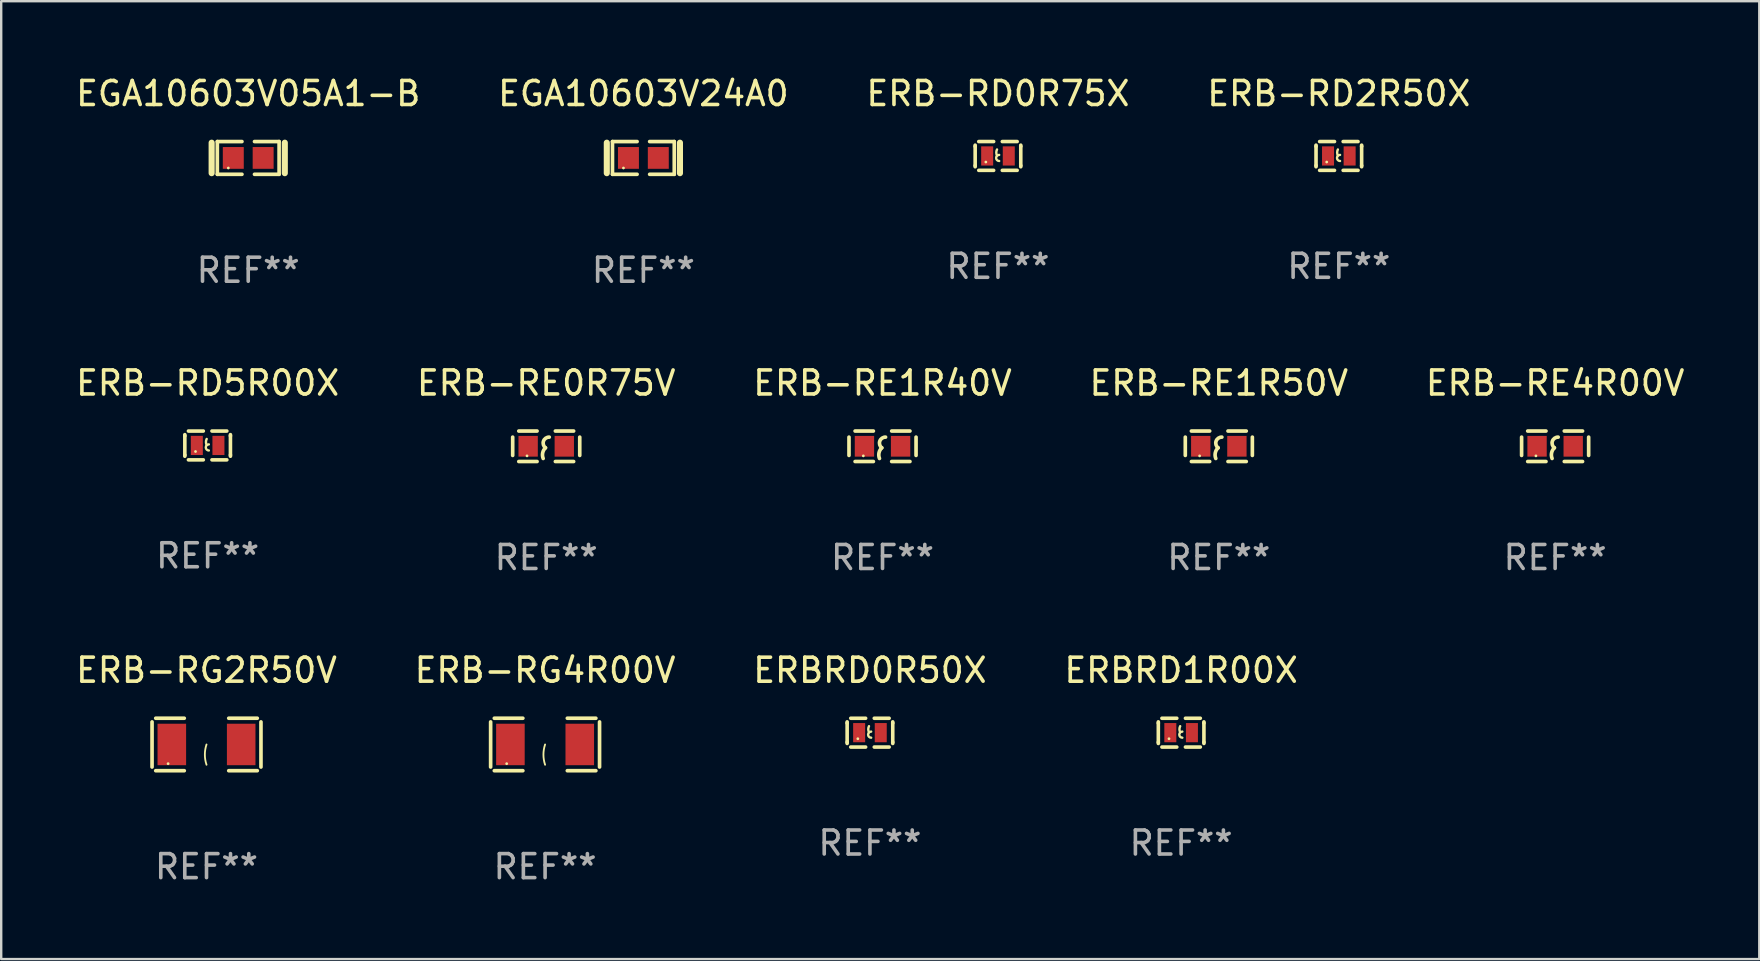
<source format=kicad_pcb>
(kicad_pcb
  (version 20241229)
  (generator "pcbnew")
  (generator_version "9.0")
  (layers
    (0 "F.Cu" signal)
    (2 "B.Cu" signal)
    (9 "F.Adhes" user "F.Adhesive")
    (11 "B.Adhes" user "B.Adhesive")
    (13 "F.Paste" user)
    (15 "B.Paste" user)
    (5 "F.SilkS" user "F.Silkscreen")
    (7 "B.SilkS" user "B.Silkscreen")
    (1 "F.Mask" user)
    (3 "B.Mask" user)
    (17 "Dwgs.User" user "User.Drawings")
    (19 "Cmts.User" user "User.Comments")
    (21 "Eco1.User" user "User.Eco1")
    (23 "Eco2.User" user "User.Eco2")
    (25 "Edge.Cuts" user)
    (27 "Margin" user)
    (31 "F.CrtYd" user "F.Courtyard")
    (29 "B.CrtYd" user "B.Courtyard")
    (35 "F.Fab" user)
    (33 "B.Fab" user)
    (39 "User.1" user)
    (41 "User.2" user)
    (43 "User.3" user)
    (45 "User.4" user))
  (footprint "ERB-RE4R00V"
    (layer "F.Cu")
    (at 61.744 15.544)
    (property "Reference" "ERB-RE4R00V" (at 0 -2.635 0) (layer "F.SilkS") (effects (font (size 1 1) (thickness 0.15))))
    (attr through_hole)
    (fp_line (start -1.397 -0.381) (end -1.397 0.381) (stroke (width 0.152) (type solid)) (layer "F.SilkS"))
    (fp_line (start -0.381 -0.635) (end -1.143 -0.635) (stroke (width 0.152) (type solid)) (layer "F.SilkS"))
    (fp_line (start -0.381 0.635) (end -1.143 0.635) (stroke (width 0.152) (type solid)) (layer "F.SilkS"))
    (fp_line (start 0.381 -0.635) (end 1.143 -0.635) (stroke (width 0.152) (type solid)) (layer "F.SilkS"))
    (fp_line (start 0.381 0.635) (end 1.143 0.635) (stroke (width 0.152) (type solid)) (layer "F.SilkS"))
    (fp_line (start 1.397 -0.381) (end 1.397 0.381) (stroke (width 0.152) (type solid)) (layer "F.SilkS"))
    (fp_arc (start -0.127 0.508001) (mid -0.146523 0.271131) (end -0.030861 0.0635) (stroke (width 0.151994) (type solid)) (layer "F.SilkS"))
    (fp_arc (start -0.03175 0.0635) (mid -0.113571 -0.216321) (end 0.127001 -0.381002) (stroke (width 0.151994) (type solid)) (layer "F.SilkS"))
    (fp_circle (center -0.8 0.4) (end -0.77 0.4) (stroke (width 0.06) (type solid)) (fill no) (layer "F.SilkS"))
    (fp_text user "REF**" (at 0 4.635 0) (layer "F.Fab") (effects (font (size 1 1) (thickness 0.15))))
    (pad "1" smd rect (at -0.753 0) (size 0.806 0.864) (layers "F.Cu" "F.Mask" "F.Paste"))
    (pad "2" smd rect (at 0.753 0) (size 0.806 0.864) (layers "F.Cu" "F.Mask" "F.Paste")))
  (footprint "ERB-RD5R00X"
    (layer "F.Cu")
    (at 5.601 15.509)
    (property "Reference" "ERB-RD5R00X" (at 0 -2.6 0) (layer "F.SilkS") (effects (font (size 1 1) (thickness 0.15))))
    (attr through_hole)
    (fp_line (start -0.95 -0.45) (end -0.95 -0.4) (stroke (width 0.15) (type solid)) (layer "F.SilkS"))
    (fp_line (start -0.95 -0.4) (end -0.95 0.4) (stroke (width 0.15) (type solid)) (layer "F.SilkS"))
    (fp_line (start -0.95 0.45) (end -0.95 0.4) (stroke (width 0.15) (type solid)) (layer "F.SilkS"))
    (fp_line (start -0.18 -0.6) (end -0.8 -0.6) (stroke (width 0.15) (type solid)) (layer "F.SilkS"))
    (fp_line (start -0.18 0.6) (end -0.8 0.6) (stroke (width 0.15) (type solid)) (layer "F.SilkS"))
    (fp_line (start 0.18 -0.6) (end 0.8 -0.6) (stroke (width 0.15) (type solid)) (layer "F.SilkS"))
    (fp_line (start 0.18 0.6) (end 0.8 0.6) (stroke (width 0.15) (type solid)) (layer "F.SilkS"))
    (fp_line (start 0.95 -0.45) (end 0.95 -0.4) (stroke (width 0.15) (type solid)) (layer "F.SilkS"))
    (fp_line (start 0.95 -0.4) (end 0.95 0.4) (stroke (width 0.15) (type solid)) (layer "F.SilkS"))
    (fp_line (start 0.95 0.45) (end 0.95 0.4) (stroke (width 0.15) (type solid)) (layer "F.SilkS"))
    (fp_arc (start -0.039942 -0.016052) (mid -0.069923 -0.143053) (end -0.039942 -0.270053) (stroke (width 0.1) (type solid)) (layer "F.SilkS"))
    (fp_arc (start 0.050076 0.209957) (mid -0.076924 0.082957) (end 0.050076 -0.044043) (stroke (width 0.1) (type solid)) (layer "F.SilkS"))
    (fp_circle (center -0.505 0.253) (end -0.475 0.253) (stroke (width 0.06) (type solid)) (fill no) (layer "F.SilkS"))
    (fp_text user "REF**" (at 0 4.6 0) (layer "F.Fab") (effects (font (size 1 1) (thickness 0.15))))
    (pad "1" smd rect (at -0.45 -0.000051) (size 0.5 0.8) (layers "F.Cu" "F.Mask" "F.Paste"))
    (pad "2" smd rect (at 0.45 -0.000051) (size 0.5 0.8) (layers "F.Cu" "F.Mask" "F.Paste")))
  (footprint "EGA10603V24A0"
    (layer "F.Cu")
    (at 23.756 3.53)
    (property "Reference" "EGA10603V24A0" (at 0 -2.682 0) (layer "F.SilkS") (effects (font (size 1 1) (thickness 0.15))))
    (attr through_hole)
    (fp_line (start -1.524 -0.635) (end -1.524 0.635) (stroke (width 0.254) (type solid)) (layer "F.SilkS"))
    (fp_line (start -1.287 -0.682) (end -0.261 -0.682) (stroke (width 0.152) (type solid)) (layer "F.SilkS"))
    (fp_line (start -1.287 0.682) (end -1.287 -0.682) (stroke (width 0.152) (type solid)) (layer "F.SilkS"))
    (fp_line (start -0.261 0.682) (end -1.287 0.682) (stroke (width 0.152) (type solid)) (layer "F.SilkS"))
    (fp_line (start 0.261 0.682) (end 1.287 0.682) (stroke (width 0.152) (type solid)) (layer "F.SilkS"))
    (fp_line (start 1.287 -0.682) (end 0.261 -0.682) (stroke (width 0.152) (type solid)) (layer "F.SilkS"))
    (fp_line (start 1.287 0.682) (end 1.287 -0.682) (stroke (width 0.152) (type solid)) (layer "F.SilkS"))
    (fp_line (start 1.524 -0.635) (end 1.524 0.635) (stroke (width 0.254) (type solid)) (layer "F.SilkS"))
    (fp_circle (center -0.83 0.42) (end -0.8 0.42) (stroke (width 0.06) (type solid)) (fill no) (layer "F.SilkS"))
    (fp_text user "REF**" (at 0 4.682 0) (layer "F.Fab") (effects (font (size 1 1) (thickness 0.15))))
    (pad "1" smd rect (at -0.622 0) (size 0.873 0.907) (layers "F.Cu" "F.Mask" "F.Paste"))
    (pad "2" smd rect (at 0.622 0) (size 0.873 0.907) (layers "F.Cu" "F.Mask" "F.Paste")))
  (footprint "ERB-RD0R75X"
    (layer "F.Cu")
    (at 38.53 3.448)
    (property "Reference" "ERB-RD0R75X" (at 0 -2.6 0) (layer "F.SilkS") (effects (font (size 1 1) (thickness 0.15))))
    (attr through_hole)
    (fp_line (start -0.95 -0.45) (end -0.95 -0.4) (stroke (width 0.15) (type solid)) (layer "F.SilkS"))
    (fp_line (start -0.95 -0.4) (end -0.95 0.4) (stroke (width 0.15) (type solid)) (layer "F.SilkS"))
    (fp_line (start -0.95 0.45) (end -0.95 0.4) (stroke (width 0.15) (type solid)) (layer "F.SilkS"))
    (fp_line (start -0.18 -0.6) (end -0.8 -0.6) (stroke (width 0.15) (type solid)) (layer "F.SilkS"))
    (fp_line (start -0.18 0.6) (end -0.8 0.6) (stroke (width 0.15) (type solid)) (layer "F.SilkS"))
    (fp_line (start 0.18 -0.6) (end 0.8 -0.6) (stroke (width 0.15) (type solid)) (layer "F.SilkS"))
    (fp_line (start 0.18 0.6) (end 0.8 0.6) (stroke (width 0.15) (type solid)) (layer "F.SilkS"))
    (fp_line (start 0.95 -0.45) (end 0.95 -0.4) (stroke (width 0.15) (type solid)) (layer "F.SilkS"))
    (fp_line (start 0.95 -0.4) (end 0.95 0.4) (stroke (width 0.15) (type solid)) (layer "F.SilkS"))
    (fp_line (start 0.95 0.45) (end 0.95 0.4) (stroke (width 0.15) (type solid)) (layer "F.SilkS"))
    (fp_arc (start -0.039942 -0.016052) (mid -0.069923 -0.143053) (end -0.039942 -0.270053) (stroke (width 0.1) (type solid)) (layer "F.SilkS"))
    (fp_arc (start 0.050076 0.209957) (mid -0.076924 0.082957) (end 0.050076 -0.044043) (stroke (width 0.1) (type solid)) (layer "F.SilkS"))
    (fp_circle (center -0.505 0.253) (end -0.475 0.253) (stroke (width 0.06) (type solid)) (fill no) (layer "F.SilkS"))
    (fp_text user "REF**" (at 0 4.6 0) (layer "F.Fab") (effects (font (size 1 1) (thickness 0.15))))
    (pad "1" smd rect (at -0.45 -0.000051) (size 0.5 0.8) (layers "F.Cu" "F.Mask" "F.Paste"))
    (pad "2" smd rect (at 0.45 -0.000051) (size 0.5 0.8) (layers "F.Cu" "F.Mask" "F.Paste")))
  (footprint "ERB-RE0R75V"
    (layer "F.Cu")
    (at 19.708 15.544)
    (property "Reference" "ERB-RE0R75V" (at 0 -2.635 0) (layer "F.SilkS") (effects (font (size 1 1) (thickness 0.15))))
    (attr through_hole)
    (fp_line (start -1.397 -0.381) (end -1.397 0.381) (stroke (width 0.152) (type solid)) (layer "F.SilkS"))
    (fp_line (start -0.381 -0.635) (end -1.143 -0.635) (stroke (width 0.152) (type solid)) (layer "F.SilkS"))
    (fp_line (start -0.381 0.635) (end -1.143 0.635) (stroke (width 0.152) (type solid)) (layer "F.SilkS"))
    (fp_line (start 0.381 -0.635) (end 1.143 -0.635) (stroke (width 0.152) (type solid)) (layer "F.SilkS"))
    (fp_line (start 0.381 0.635) (end 1.143 0.635) (stroke (width 0.152) (type solid)) (layer "F.SilkS"))
    (fp_line (start 1.397 -0.381) (end 1.397 0.381) (stroke (width 0.152) (type solid)) (layer "F.SilkS"))
    (fp_arc (start -0.127 0.508001) (mid -0.146523 0.271131) (end -0.030861 0.0635) (stroke (width 0.151994) (type solid)) (layer "F.SilkS"))
    (fp_arc (start -0.03175 0.0635) (mid -0.113571 -0.216321) (end 0.127001 -0.381002) (stroke (width 0.151994) (type solid)) (layer "F.SilkS"))
    (fp_circle (center -0.8 0.4) (end -0.77 0.4) (stroke (width 0.06) (type solid)) (fill no) (layer "F.SilkS"))
    (fp_text user "REF**" (at 0 4.635 0) (layer "F.Fab") (effects (font (size 1 1) (thickness 0.15))))
    (pad "1" smd rect (at -0.753 0) (size 0.806 0.864) (layers "F.Cu" "F.Mask" "F.Paste"))
    (pad "2" smd rect (at 0.753 0) (size 0.806 0.864) (layers "F.Cu" "F.Mask" "F.Paste")))
  (footprint "EGA10603V05A1-B"
    (layer "F.Cu")
    (at 7.292 3.53)
    (property "Reference" "EGA10603V05A1-B" (at 0 -2.682 0) (layer "F.SilkS") (effects (font (size 1 1) (thickness 0.15))))
    (attr through_hole)
    (fp_line (start -1.524 -0.635) (end -1.524 0.635) (stroke (width 0.254) (type solid)) (layer "F.SilkS"))
    (fp_line (start -1.287 -0.682) (end -0.261 -0.682) (stroke (width 0.152) (type solid)) (layer "F.SilkS"))
    (fp_line (start -1.287 0.682) (end -1.287 -0.682) (stroke (width 0.152) (type solid)) (layer "F.SilkS"))
    (fp_line (start -0.261 0.682) (end -1.287 0.682) (stroke (width 0.152) (type solid)) (layer "F.SilkS"))
    (fp_line (start 0.261 0.682) (end 1.287 0.682) (stroke (width 0.152) (type solid)) (layer "F.SilkS"))
    (fp_line (start 1.287 -0.682) (end 0.261 -0.682) (stroke (width 0.152) (type solid)) (layer "F.SilkS"))
    (fp_line (start 1.287 0.682) (end 1.287 -0.682) (stroke (width 0.152) (type solid)) (layer "F.SilkS"))
    (fp_line (start 1.524 -0.635) (end 1.524 0.635) (stroke (width 0.254) (type solid)) (layer "F.SilkS"))
    (fp_circle (center -0.83 0.42) (end -0.8 0.42) (stroke (width 0.06) (type solid)) (fill no) (layer "F.SilkS"))
    (fp_text user "REF**" (at 0 4.682 0) (layer "F.Fab") (effects (font (size 1 1) (thickness 0.15))))
    (pad "1" smd rect (at -0.622 0) (size 0.873 0.907) (layers "F.Cu" "F.Mask" "F.Paste"))
    (pad "2" smd rect (at 0.622 0) (size 0.873 0.907) (layers "F.Cu" "F.Mask" "F.Paste")))
  (footprint "ERB-RE1R50V"
    (layer "F.Cu")
    (at 47.732 15.544)
    (property "Reference" "ERB-RE1R50V" (at 0 -2.635 0) (layer "F.SilkS") (effects (font (size 1 1) (thickness 0.15))))
    (attr through_hole)
    (fp_line (start -1.397 -0.381) (end -1.397 0.381) (stroke (width 0.152) (type solid)) (layer "F.SilkS"))
    (fp_line (start -0.381 -0.635) (end -1.143 -0.635) (stroke (width 0.152) (type solid)) (layer "F.SilkS"))
    (fp_line (start -0.381 0.635) (end -1.143 0.635) (stroke (width 0.152) (type solid)) (layer "F.SilkS"))
    (fp_line (start 0.381 -0.635) (end 1.143 -0.635) (stroke (width 0.152) (type solid)) (layer "F.SilkS"))
    (fp_line (start 0.381 0.635) (end 1.143 0.635) (stroke (width 0.152) (type solid)) (layer "F.SilkS"))
    (fp_line (start 1.397 -0.381) (end 1.397 0.381) (stroke (width 0.152) (type solid)) (layer "F.SilkS"))
    (fp_arc (start -0.127 0.508001) (mid -0.146523 0.271131) (end -0.030861 0.0635) (stroke (width 0.151994) (type solid)) (layer "F.SilkS"))
    (fp_arc (start -0.03175 0.0635) (mid -0.113571 -0.216321) (end 0.127001 -0.381002) (stroke (width 0.151994) (type solid)) (layer "F.SilkS"))
    (fp_circle (center -0.8 0.4) (end -0.77 0.4) (stroke (width 0.06) (type solid)) (fill no) (layer "F.SilkS"))
    (fp_text user "REF**" (at 0 4.635 0) (layer "F.Fab") (effects (font (size 1 1) (thickness 0.15))))
    (pad "1" smd rect (at -0.753 0) (size 0.806 0.864) (layers "F.Cu" "F.Mask" "F.Paste"))
    (pad "2" smd rect (at 0.753 0) (size 0.806 0.864) (layers "F.Cu" "F.Mask" "F.Paste")))
  (footprint "ERB-RE1R40V"
    (layer "F.Cu")
    (at 33.72 15.544)
    (property "Reference" "ERB-RE1R40V" (at 0 -2.635 0) (layer "F.SilkS") (effects (font (size 1 1) (thickness 0.15))))
    (attr through_hole)
    (fp_line (start -1.397 -0.381) (end -1.397 0.381) (stroke (width 0.152) (type solid)) (layer "F.SilkS"))
    (fp_line (start -0.381 -0.635) (end -1.143 -0.635) (stroke (width 0.152) (type solid)) (layer "F.SilkS"))
    (fp_line (start -0.381 0.635) (end -1.143 0.635) (stroke (width 0.152) (type solid)) (layer "F.SilkS"))
    (fp_line (start 0.381 -0.635) (end 1.143 -0.635) (stroke (width 0.152) (type solid)) (layer "F.SilkS"))
    (fp_line (start 0.381 0.635) (end 1.143 0.635) (stroke (width 0.152) (type solid)) (layer "F.SilkS"))
    (fp_line (start 1.397 -0.381) (end 1.397 0.381) (stroke (width 0.152) (type solid)) (layer "F.SilkS"))
    (fp_arc (start -0.127 0.508001) (mid -0.146523 0.271131) (end -0.030861 0.0635) (stroke (width 0.151994) (type solid)) (layer "F.SilkS"))
    (fp_arc (start -0.03175 0.0635) (mid -0.113571 -0.216321) (end 0.127001 -0.381002) (stroke (width 0.151994) (type solid)) (layer "F.SilkS"))
    (fp_circle (center -0.8 0.4) (end -0.77 0.4) (stroke (width 0.06) (type solid)) (fill no) (layer "F.SilkS"))
    (fp_text user "REF**" (at 0 4.635 0) (layer "F.Fab") (effects (font (size 1 1) (thickness 0.15))))
    (pad "1" smd rect (at -0.753 0) (size 0.806 0.864) (layers "F.Cu" "F.Mask" "F.Paste"))
    (pad "2" smd rect (at 0.753 0) (size 0.806 0.864) (layers "F.Cu" "F.Mask" "F.Paste")))
  (footprint "ERB-RG4R00V"
    (layer "F.Cu")
    (at 19.661 27.968)
    (property "Reference" "ERB-RG4R00V" (at 0 -3.093 0) (layer "F.SilkS") (effects (font (size 1 1) (thickness 0.15))))
    (attr through_hole)
    (fp_line (start -2.269 -0.94) (end -2.269 0.94) (stroke (width 0.152) (type solid)) (layer "F.SilkS"))
    (fp_line (start -2.116 1.093) (end -0.926 1.093) (stroke (width 0.152) (type solid)) (layer "F.SilkS"))
    (fp_line (start -0.926 -1.093) (end -2.116 -1.093) (stroke (width 0.152) (type solid)) (layer "F.SilkS"))
    (fp_line (start 0.926 -1.093) (end 2.116 -1.093) (stroke (width 0.152) (type solid)) (layer "F.SilkS"))
    (fp_line (start 2.116 1.093) (end 0.926 1.093) (stroke (width 0.152) (type solid)) (layer "F.SilkS"))
    (fp_line (start 2.269 -0.94) (end 2.269 0.94) (stroke (width 0.152) (type solid)) (layer "F.SilkS"))
    (fp_arc (start 0 0.844951) (mid -0.068559 0.422475) (end 0 0) (stroke (width 0.0762) (type solid)) (layer "F.SilkS"))
    (fp_circle (center -1.6 0.8) (end -1.57 0.8) (stroke (width 0.06) (type solid)) (fill no) (layer "F.SilkS"))
    (fp_text user "REF**" (at 0 5.093 0) (layer "F.Fab") (effects (font (size 1 1) (thickness 0.15))))
    (pad "1" smd rect (at -1.445 0) (size 1.19 1.728) (layers "F.Cu" "F.Mask" "F.Paste"))
    (pad "2" smd rect (at 1.445 0) (size 1.19 1.728) (layers "F.Cu" "F.Mask" "F.Paste")))
  (footprint "ERBRD1R00X"
    (layer "F.Cu")
    (at 46.161 27.476)
    (property "Reference" "ERBRD1R00X" (at 0 -2.6 0) (layer "F.SilkS") (effects (font (size 1 1) (thickness 0.15))))
    (attr through_hole)
    (fp_line (start -0.95 -0.45) (end -0.95 -0.4) (stroke (width 0.15) (type solid)) (layer "F.SilkS"))
    (fp_line (start -0.95 -0.4) (end -0.95 0.4) (stroke (width 0.15) (type solid)) (layer "F.SilkS"))
    (fp_line (start -0.95 0.45) (end -0.95 0.4) (stroke (width 0.15) (type solid)) (layer "F.SilkS"))
    (fp_line (start -0.18 -0.6) (end -0.8 -0.6) (stroke (width 0.15) (type solid)) (layer "F.SilkS"))
    (fp_line (start -0.18 0.6) (end -0.8 0.6) (stroke (width 0.15) (type solid)) (layer "F.SilkS"))
    (fp_line (start 0.18 -0.6) (end 0.8 -0.6) (stroke (width 0.15) (type solid)) (layer "F.SilkS"))
    (fp_line (start 0.18 0.6) (end 0.8 0.6) (stroke (width 0.15) (type solid)) (layer "F.SilkS"))
    (fp_line (start 0.95 -0.45) (end 0.95 -0.4) (stroke (width 0.15) (type solid)) (layer "F.SilkS"))
    (fp_line (start 0.95 -0.4) (end 0.95 0.4) (stroke (width 0.15) (type solid)) (layer "F.SilkS"))
    (fp_line (start 0.95 0.45) (end 0.95 0.4) (stroke (width 0.15) (type solid)) (layer "F.SilkS"))
    (fp_arc (start -0.039942 -0.016052) (mid -0.069923 -0.143053) (end -0.039942 -0.270053) (stroke (width 0.1) (type solid)) (layer "F.SilkS"))
    (fp_arc (start 0.050076 0.209957) (mid -0.076924 0.082957) (end 0.050076 -0.044043) (stroke (width 0.1) (type solid)) (layer "F.SilkS"))
    (fp_circle (center -0.505 0.253) (end -0.475 0.253) (stroke (width 0.06) (type solid)) (fill no) (layer "F.SilkS"))
    (fp_text user "REF**" (at 0 4.6 0) (layer "F.Fab") (effects (font (size 1 1) (thickness 0.15))))
    (pad "1" smd rect (at -0.45 -0.000051) (size 0.5 0.8) (layers "F.Cu" "F.Mask" "F.Paste"))
    (pad "2" smd rect (at 0.45 -0.000051) (size 0.5 0.8) (layers "F.Cu" "F.Mask" "F.Paste")))
  (footprint "ERBRD0R50X"
    (layer "F.Cu")
    (at 33.196 27.476)
    (property "Reference" "ERBRD0R50X" (at 0 -2.6 0) (layer "F.SilkS") (effects (font (size 1 1) (thickness 0.15))))
    (attr through_hole)
    (fp_line (start -0.95 -0.45) (end -0.95 -0.4) (stroke (width 0.15) (type solid)) (layer "F.SilkS"))
    (fp_line (start -0.95 -0.4) (end -0.95 0.4) (stroke (width 0.15) (type solid)) (layer "F.SilkS"))
    (fp_line (start -0.95 0.45) (end -0.95 0.4) (stroke (width 0.15) (type solid)) (layer "F.SilkS"))
    (fp_line (start -0.18 -0.6) (end -0.8 -0.6) (stroke (width 0.15) (type solid)) (layer "F.SilkS"))
    (fp_line (start -0.18 0.6) (end -0.8 0.6) (stroke (width 0.15) (type solid)) (layer "F.SilkS"))
    (fp_line (start 0.18 -0.6) (end 0.8 -0.6) (stroke (width 0.15) (type solid)) (layer "F.SilkS"))
    (fp_line (start 0.18 0.6) (end 0.8 0.6) (stroke (width 0.15) (type solid)) (layer "F.SilkS"))
    (fp_line (start 0.95 -0.45) (end 0.95 -0.4) (stroke (width 0.15) (type solid)) (layer "F.SilkS"))
    (fp_line (start 0.95 -0.4) (end 0.95 0.4) (stroke (width 0.15) (type solid)) (layer "F.SilkS"))
    (fp_line (start 0.95 0.45) (end 0.95 0.4) (stroke (width 0.15) (type solid)) (layer "F.SilkS"))
    (fp_arc (start -0.039942 -0.016052) (mid -0.069923 -0.143053) (end -0.039942 -0.270053) (stroke (width 0.1) (type solid)) (layer "F.SilkS"))
    (fp_arc (start 0.050076 0.209957) (mid -0.076924 0.082957) (end 0.050076 -0.044043) (stroke (width 0.1) (type solid)) (layer "F.SilkS"))
    (fp_circle (center -0.505 0.253) (end -0.475 0.253) (stroke (width 0.06) (type solid)) (fill no) (layer "F.SilkS"))
    (fp_text user "REF**" (at 0 4.6 0) (layer "F.Fab") (effects (font (size 1 1) (thickness 0.15))))
    (pad "1" smd rect (at -0.45 -0.000051) (size 0.5 0.8) (layers "F.Cu" "F.Mask" "F.Paste"))
    (pad "2" smd rect (at 0.45 -0.000051) (size 0.5 0.8) (layers "F.Cu" "F.Mask" "F.Paste")))
  (footprint "ERB-RG2R50V"
    (layer "F.Cu")
    (at 5.554 27.968)
    (property "Reference" "ERB-RG2R50V" (at 0 -3.093 0) (layer "F.SilkS") (effects (font (size 1 1) (thickness 0.15))))
    (attr through_hole)
    (fp_line (start -2.269 -0.94) (end -2.269 0.94) (stroke (width 0.152) (type solid)) (layer "F.SilkS"))
    (fp_line (start -2.116 1.093) (end -0.926 1.093) (stroke (width 0.152) (type solid)) (layer "F.SilkS"))
    (fp_line (start -0.926 -1.093) (end -2.116 -1.093) (stroke (width 0.152) (type solid)) (layer "F.SilkS"))
    (fp_line (start 0.926 -1.093) (end 2.116 -1.093) (stroke (width 0.152) (type solid)) (layer "F.SilkS"))
    (fp_line (start 2.116 1.093) (end 0.926 1.093) (stroke (width 0.152) (type solid)) (layer "F.SilkS"))
    (fp_line (start 2.269 -0.94) (end 2.269 0.94) (stroke (width 0.152) (type solid)) (layer "F.SilkS"))
    (fp_arc (start 0 0.844951) (mid -0.068559 0.422475) (end 0 0) (stroke (width 0.0762) (type solid)) (layer "F.SilkS"))
    (fp_circle (center -1.6 0.8) (end -1.57 0.8) (stroke (width 0.06) (type solid)) (fill no) (layer "F.SilkS"))
    (fp_text user "REF**" (at 0 5.093 0) (layer "F.Fab") (effects (font (size 1 1) (thickness 0.15))))
    (pad "1" smd rect (at -1.445 0) (size 1.19 1.728) (layers "F.Cu" "F.Mask" "F.Paste"))
    (pad "2" smd rect (at 1.445 0) (size 1.19 1.728) (layers "F.Cu" "F.Mask" "F.Paste")))
  (footprint "ERB-RD2R50X"
    (layer "F.Cu")
    (at 52.732 3.448)
    (property "Reference" "ERB-RD2R50X" (at 0 -2.6 0) (layer "F.SilkS") (effects (font (size 1 1) (thickness 0.15))))
    (attr through_hole)
    (fp_line (start -0.95 -0.45) (end -0.95 -0.4) (stroke (width 0.15) (type solid)) (layer "F.SilkS"))
    (fp_line (start -0.95 -0.4) (end -0.95 0.4) (stroke (width 0.15) (type solid)) (layer "F.SilkS"))
    (fp_line (start -0.95 0.45) (end -0.95 0.4) (stroke (width 0.15) (type solid)) (layer "F.SilkS"))
    (fp_line (start -0.18 -0.6) (end -0.8 -0.6) (stroke (width 0.15) (type solid)) (layer "F.SilkS"))
    (fp_line (start -0.18 0.6) (end -0.8 0.6) (stroke (width 0.15) (type solid)) (layer "F.SilkS"))
    (fp_line (start 0.18 -0.6) (end 0.8 -0.6) (stroke (width 0.15) (type solid)) (layer "F.SilkS"))
    (fp_line (start 0.18 0.6) (end 0.8 0.6) (stroke (width 0.15) (type solid)) (layer "F.SilkS"))
    (fp_line (start 0.95 -0.45) (end 0.95 -0.4) (stroke (width 0.15) (type solid)) (layer "F.SilkS"))
    (fp_line (start 0.95 -0.4) (end 0.95 0.4) (stroke (width 0.15) (type solid)) (layer "F.SilkS"))
    (fp_line (start 0.95 0.45) (end 0.95 0.4) (stroke (width 0.15) (type solid)) (layer "F.SilkS"))
    (fp_arc (start -0.039942 -0.016052) (mid -0.069923 -0.143053) (end -0.039942 -0.270053) (stroke (width 0.1) (type solid)) (layer "F.SilkS"))
    (fp_arc (start 0.050076 0.209957) (mid -0.076924 0.082957) (end 0.050076 -0.044043) (stroke (width 0.1) (type solid)) (layer "F.SilkS"))
    (fp_circle (center -0.505 0.253) (end -0.475 0.253) (stroke (width 0.06) (type solid)) (fill no) (layer "F.SilkS"))
    (fp_text user "REF**" (at 0 4.6 0) (layer "F.Fab") (effects (font (size 1 1) (thickness 0.15))))
    (pad "1" smd rect (at -0.45 -0.000051) (size 0.5 0.8) (layers "F.Cu" "F.Mask" "F.Paste"))
    (pad "2" smd rect (at 0.45 -0.000051) (size 0.5 0.8) (layers "F.Cu" "F.Mask" "F.Paste")))
  (gr_rect
    (start -3 -3)
    (end 70.25 36.909)
    (stroke (width 0.1) (type default))
    (fill no)
    (layer "Edge.Cuts")))
</source>
